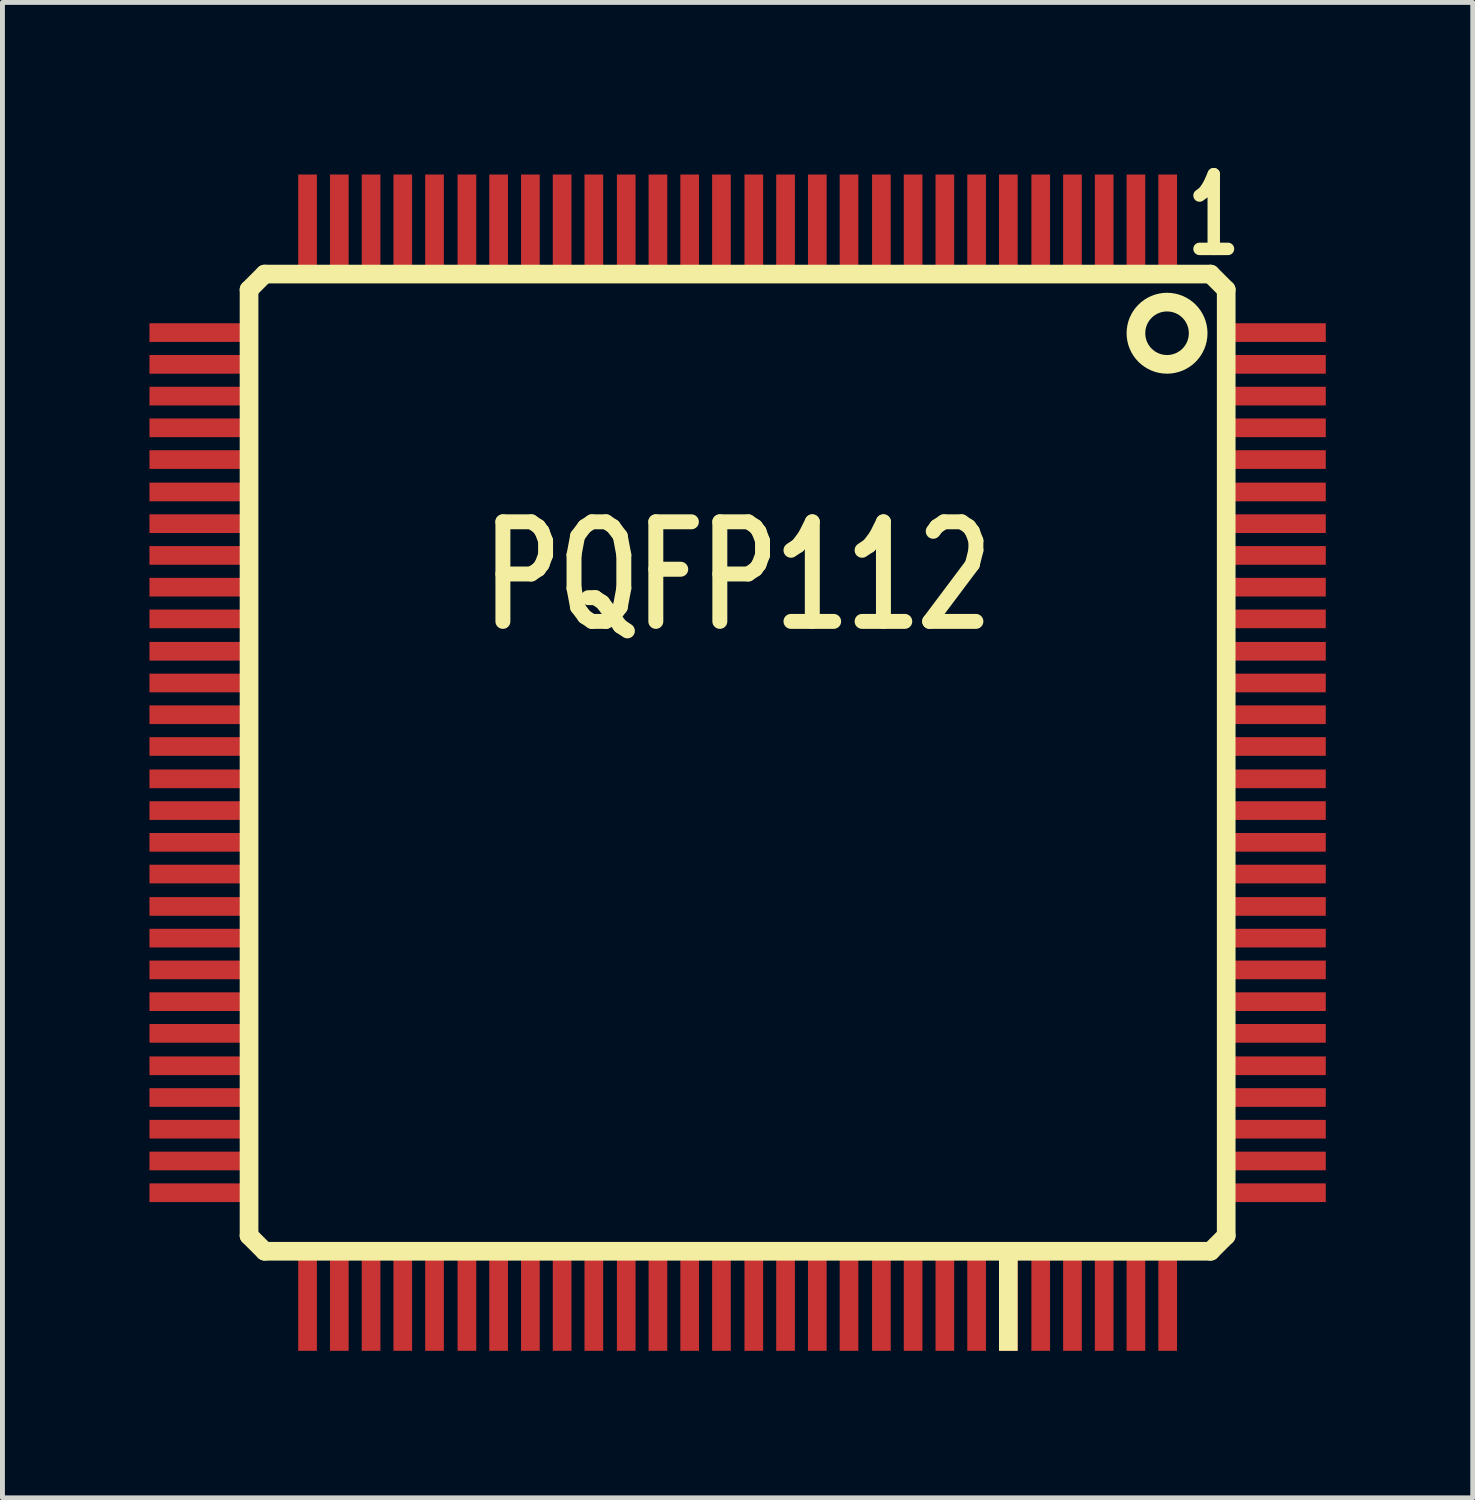
<source format=kicad_pcb>
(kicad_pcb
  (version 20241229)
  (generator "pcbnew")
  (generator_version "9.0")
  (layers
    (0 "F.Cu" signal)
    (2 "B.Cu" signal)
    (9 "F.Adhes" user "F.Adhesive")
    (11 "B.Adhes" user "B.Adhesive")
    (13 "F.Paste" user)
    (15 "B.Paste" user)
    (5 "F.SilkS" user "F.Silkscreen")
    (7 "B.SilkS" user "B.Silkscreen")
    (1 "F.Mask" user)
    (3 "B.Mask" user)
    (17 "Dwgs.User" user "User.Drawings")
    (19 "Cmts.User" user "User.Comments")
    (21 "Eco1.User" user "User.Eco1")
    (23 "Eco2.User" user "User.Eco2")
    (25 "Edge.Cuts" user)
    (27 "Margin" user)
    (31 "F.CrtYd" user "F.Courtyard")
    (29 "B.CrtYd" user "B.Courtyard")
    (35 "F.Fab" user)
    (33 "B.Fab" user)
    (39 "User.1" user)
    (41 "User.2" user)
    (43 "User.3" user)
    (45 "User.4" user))
  (footprint "PQFP112"
    (layer "F.Cu")
    (at 12.002 12.513)
    (property "Reference" "PQFP112" (at 0 -3.807 0) (layer "F.SilkS") (effects (font (size 2.032 1.524) (thickness 0.305))))
    (attr through_hole)
    (fp_line (start -9.97 -9.652) (end -9.97 9.652) (stroke (width 0.381) (type solid)) (layer "F.SilkS"))
    (fp_line (start -9.97 -9.652) (end -9.652 -9.97) (stroke (width 0.381) (type solid)) (layer "F.SilkS"))
    (fp_line (start -9.97 9.652) (end -9.652 9.97) (stroke (width 0.381) (type solid)) (layer "F.SilkS"))
    (fp_line (start -9.652 -9.97) (end 9.652 -9.97) (stroke (width 0.381) (type solid)) (layer "F.SilkS"))
    (fp_line (start 9.652 9.97) (end -9.652 9.97) (stroke (width 0.381) (type solid)) (layer "F.SilkS"))
    (fp_line (start 9.97 -9.652) (end 9.652 -9.97) (stroke (width 0.381) (type solid)) (layer "F.SilkS"))
    (fp_line (start 9.97 9.652) (end 9.652 9.97) (stroke (width 0.381) (type solid)) (layer "F.SilkS"))
    (fp_line (start 9.97 9.652) (end 9.97 -9.652) (stroke (width 0.381) (type solid)) (layer "F.SilkS"))
    (fp_circle (center 8.763 -8.763) (end 8.763 -8.128) (stroke (width 0.381) (type solid)) (fill no) (layer "F.SilkS"))
    (fp_text user "1" (at 9.716 -11.176 0) (layer "F.SilkS") (effects (font (size 1.524 1.016) (thickness 0.254))))
    (pad "1" smd rect (at 8.776 -10.986 90) (size 2.032 0.381) (layers "F.Cu" "F.Mask" "F.Paste"))
    (pad "2" smd rect (at 8.128 -10.986 90) (size 2.032 0.381) (layers "F.Cu" "F.Mask" "F.Paste"))
    (pad "3" smd rect (at 7.48 -10.986 90) (size 2.032 0.381) (layers "F.Cu" "F.Mask" "F.Paste"))
    (pad "4" smd rect (at 6.833 -10.986 90) (size 2.032 0.381) (layers "F.Cu" "F.Mask" "F.Paste"))
    (pad "5" smd rect (at 6.185 -10.986 90) (size 2.032 0.381) (layers "F.Cu" "F.Mask" "F.Paste"))
    (pad "6" smd rect (at 5.524 -10.986 90) (size 2.032 0.381) (layers "F.Cu" "F.Mask" "F.Paste"))
    (pad "7" smd rect (at 4.877 -10.986 90) (size 2.032 0.381) (layers "F.Cu" "F.Mask" "F.Paste"))
    (pad "8" smd rect (at 4.229 -10.986 90) (size 2.032 0.381) (layers "F.Cu" "F.Mask" "F.Paste"))
    (pad "9" smd rect (at 3.581 -10.986 90) (size 2.032 0.381) (layers "F.Cu" "F.Mask" "F.Paste"))
    (pad "10" smd rect (at 2.934 -10.986 90) (size 2.032 0.381) (layers "F.Cu" "F.Mask" "F.Paste"))
    (pad "11" smd rect (at 2.273 -10.986 90) (size 2.032 0.381) (layers "F.Cu" "F.Mask" "F.Paste"))
    (pad "12" smd rect (at 1.626 -10.986 90) (size 2.032 0.381) (layers "F.Cu" "F.Mask" "F.Paste"))
    (pad "13" smd rect (at 0.978 -10.986 90) (size 2.032 0.381) (layers "F.Cu" "F.Mask" "F.Paste"))
    (pad "14" smd rect (at 0.33 -10.986 90) (size 2.032 0.381) (layers "F.Cu" "F.Mask" "F.Paste"))
    (pad "15" smd rect (at -0.33 -10.986 90) (size 2.032 0.381) (layers "F.Cu" "F.Mask" "F.Paste"))
    (pad "16" smd rect (at -0.978 -10.986 90) (size 2.032 0.381) (layers "F.Cu" "F.Mask" "F.Paste"))
    (pad "17" smd rect (at -1.626 -10.986 90) (size 2.032 0.381) (layers "F.Cu" "F.Mask" "F.Paste"))
    (pad "18" smd rect (at -2.273 -10.986 90) (size 2.032 0.381) (layers "F.Cu" "F.Mask" "F.Paste"))
    (pad "19" smd rect (at -2.934 -10.986 90) (size 2.032 0.381) (layers "F.Cu" "F.Mask" "F.Paste"))
    (pad "20" smd rect (at -3.581 -10.986 90) (size 2.032 0.381) (layers "F.Cu" "F.Mask" "F.Paste"))
    (pad "21" smd rect (at -4.229 -10.986 90) (size 2.032 0.381) (layers "F.Cu" "F.Mask" "F.Paste"))
    (pad "22" smd rect (at -4.877 -10.986 90) (size 2.032 0.381) (layers "F.Cu" "F.Mask" "F.Paste"))
    (pad "23" smd rect (at -5.524 -10.986 90) (size 2.032 0.381) (layers "F.Cu" "F.Mask" "F.Paste"))
    (pad "24" smd rect (at -6.185 -10.986 90) (size 2.032 0.381) (layers "F.Cu" "F.Mask" "F.Paste"))
    (pad "25" smd rect (at -6.833 -10.986 90) (size 2.032 0.381) (layers "F.Cu" "F.Mask" "F.Paste"))
    (pad "26" smd rect (at -7.48 -10.986 90) (size 2.032 0.381) (layers "F.Cu" "F.Mask" "F.Paste"))
    (pad "27" smd rect (at -8.128 -10.986 90) (size 2.032 0.381) (layers "F.Cu" "F.Mask" "F.Paste"))
    (pad "28" smd rect (at -8.776 -10.986 90) (size 2.032 0.381) (layers "F.Cu" "F.Mask" "F.Paste"))
    (pad "29" smd rect (at -10.986 -8.776) (size 2.032 0.381) (layers "F.Cu" "F.Mask" "F.Paste"))
    (pad "30" smd rect (at -10.986 -8.128) (size 2.032 0.381) (layers "F.Cu" "F.Mask" "F.Paste"))
    (pad "31" smd rect (at -10.986 -7.48) (size 2.032 0.381) (layers "F.Cu" "F.Mask" "F.Paste"))
    (pad "32" smd rect (at -10.986 -6.833) (size 2.032 0.381) (layers "F.Cu" "F.Mask" "F.Paste"))
    (pad "33" smd rect (at -10.986 -6.185) (size 2.032 0.381) (layers "F.Cu" "F.Mask" "F.Paste"))
    (pad "34" smd rect (at -10.986 -5.524) (size 2.032 0.381) (layers "F.Cu" "F.Mask" "F.Paste"))
    (pad "35" smd rect (at -10.986 -4.877) (size 2.032 0.381) (layers "F.Cu" "F.Mask" "F.Paste"))
    (pad "36" smd rect (at -10.986 -4.229) (size 2.032 0.381) (layers "F.Cu" "F.Mask" "F.Paste"))
    (pad "37" smd rect (at -10.986 -3.581) (size 2.032 0.381) (layers "F.Cu" "F.Mask" "F.Paste"))
    (pad "38" smd rect (at -10.986 -2.934) (size 2.032 0.381) (layers "F.Cu" "F.Mask" "F.Paste"))
    (pad "39" smd rect (at -10.986 -2.273) (size 2.032 0.381) (layers "F.Cu" "F.Mask" "F.Paste"))
    (pad "40" smd rect (at -10.986 -1.626) (size 2.032 0.381) (layers "F.Cu" "F.Mask" "F.Paste"))
    (pad "41" smd rect (at -10.986 -0.978) (size 2.032 0.381) (layers "F.Cu" "F.Mask" "F.Paste"))
    (pad "42" smd rect (at -10.986 -0.33) (size 2.032 0.381) (layers "F.Cu" "F.Mask" "F.Paste"))
    (pad "43" smd rect (at -10.986 0.33) (size 2.032 0.381) (layers "F.Cu" "F.Mask" "F.Paste"))
    (pad "44" smd rect (at -10.986 0.978) (size 2.032 0.381) (layers "F.Cu" "F.Mask" "F.Paste"))
    (pad "45" smd rect (at -10.986 1.626) (size 2.032 0.381) (layers "F.Cu" "F.Mask" "F.Paste"))
    (pad "46" smd rect (at -10.986 2.273) (size 2.032 0.381) (layers "F.Cu" "F.Mask" "F.Paste"))
    (pad "47" smd rect (at -10.986 2.934) (size 2.032 0.381) (layers "F.Cu" "F.Mask" "F.Paste"))
    (pad "48" smd rect (at -10.986 3.581) (size 2.032 0.381) (layers "F.Cu" "F.Mask" "F.Paste"))
    (pad "49" smd rect (at -10.986 4.229) (size 2.032 0.381) (layers "F.Cu" "F.Mask" "F.Paste"))
    (pad "50" smd rect (at -10.986 4.877) (size 2.032 0.381) (layers "F.Cu" "F.Mask" "F.Paste"))
    (pad "51" smd rect (at -10.986 5.524) (size 2.032 0.381) (layers "F.Cu" "F.Mask" "F.Paste"))
    (pad "52" smd rect (at -10.986 6.185) (size 2.032 0.381) (layers "F.Cu" "F.Mask" "F.Paste"))
    (pad "53" smd rect (at -10.986 6.833) (size 2.032 0.381) (layers "F.Cu" "F.Mask" "F.Paste"))
    (pad "54" smd rect (at -10.986 7.48) (size 2.032 0.381) (layers "F.Cu" "F.Mask" "F.Paste"))
    (pad "55" smd rect (at -10.986 8.128) (size 2.032 0.381) (layers "F.Cu" "F.Mask" "F.Paste"))
    (pad "56" smd rect (at -10.986 8.776) (size 2.032 0.381) (layers "F.Cu" "F.Mask" "F.Paste"))
    (pad "57" smd rect (at -8.776 10.986 90) (size 2.032 0.381) (layers "F.Cu" "F.Mask" "F.Paste"))
    (pad "58" smd rect (at -8.128 10.986 90) (size 2.032 0.381) (layers "F.Cu" "F.Mask" "F.Paste"))
    (pad "59" smd rect (at -7.48 10.986 90) (size 2.032 0.381) (layers "F.Cu" "F.Mask" "F.Paste"))
    (pad "60" smd rect (at -6.833 10.986 90) (size 2.032 0.381) (layers "F.Cu" "F.Mask" "F.Paste"))
    (pad "61" smd rect (at -6.185 10.986 90) (size 2.032 0.381) (layers "F.Cu" "F.Mask" "F.Paste"))
    (pad "62" smd rect (at -5.524 10.986 90) (size 2.032 0.381) (layers "F.Cu" "F.Mask" "F.Paste"))
    (pad "63" smd rect (at -4.877 10.986 90) (size 2.032 0.381) (layers "F.Cu" "F.Mask" "F.Paste"))
    (pad "64" smd rect (at -4.229 10.986 90) (size 2.032 0.381) (layers "F.Cu" "F.Mask" "F.Paste"))
    (pad "65" smd rect (at -3.581 10.986 90) (size 2.032 0.381) (layers "F.Cu" "F.Mask" "F.Paste"))
    (pad "66" smd rect (at -2.934 10.986 90) (size 2.032 0.381) (layers "F.Cu" "F.Mask" "F.Paste"))
    (pad "67" smd rect (at -2.273 10.986 90) (size 2.032 0.381) (layers "F.Cu" "F.Mask" "F.Paste"))
    (pad "68" smd rect (at -1.626 10.986 90) (size 2.032 0.381) (layers "F.Cu" "F.Mask" "F.Paste"))
    (pad "69" smd rect (at -0.978 10.986 90) (size 2.032 0.381) (layers "F.Cu" "F.Mask" "F.Paste"))
    (pad "70" smd rect (at -0.33 10.986 90) (size 2.032 0.381) (layers "F.Cu" "F.Mask" "F.Paste"))
    (pad "71" smd rect (at 0.33 10.986 90) (size 2.032 0.381) (layers "F.Cu" "F.Mask" "F.Paste"))
    (pad "72" smd rect (at 0.978 10.986 90) (size 2.032 0.381) (layers "F.Cu" "F.Mask" "F.Paste"))
    (pad "73" smd rect (at 1.626 10.986 90) (size 2.032 0.381) (layers "F.Cu" "F.Mask" "F.Paste"))
    (pad "74" smd rect (at 2.273 10.986 90) (size 2.032 0.381) (layers "F.Cu" "F.Mask" "F.Paste"))
    (pad "75" smd rect (at 2.934 10.986 90) (size 2.032 0.381) (layers "F.Cu" "F.Mask" "F.Paste"))
    (pad "76" smd rect (at 3.581 10.986 90) (size 2.032 0.381) (layers "F.Cu" "F.Mask" "F.Paste"))
    (pad "77" smd rect (at 4.229 10.986 90) (size 2.032 0.381) (layers "F.Cu" "F.Mask" "F.Paste"))
    (pad "78" smd rect (at 4.877 10.986 90) (size 2.032 0.381) (layers "F.Cu" "F.Mask" "F.Paste"))
    (pad "79" smd rect (at 5.524 10.986 90) (size 2.032 0.381) (layers "F.Cu" "F.Mask" "F.SilkS" "F.Paste"))
    (pad "80" smd rect (at 6.185 10.986 90) (size 2.032 0.381) (layers "F.Cu" "F.Mask" "F.Paste"))
    (pad "81" smd rect (at 6.833 10.986 90) (size 2.032 0.381) (layers "F.Cu" "F.Mask" "F.Paste"))
    (pad "82" smd rect (at 7.48 10.986 90) (size 2.032 0.381) (layers "F.Cu" "F.Mask" "F.Paste"))
    (pad "83" smd rect (at 8.128 10.986 90) (size 2.032 0.381) (layers "F.Cu" "F.Mask" "F.Paste"))
    (pad "84" smd rect (at 8.776 10.986 90) (size 2.032 0.381) (layers "F.Cu" "F.Mask" "F.Paste"))
    (pad "85" smd rect (at 10.986 8.776) (size 2.032 0.381) (layers "F.Cu" "F.Mask" "F.Paste"))
    (pad "86" smd rect (at 10.986 8.128) (size 2.032 0.381) (layers "F.Cu" "F.Mask" "F.Paste"))
    (pad "87" smd rect (at 10.986 7.48) (size 2.032 0.381) (layers "F.Cu" "F.Mask" "F.Paste"))
    (pad "88" smd rect (at 10.986 6.833) (size 2.032 0.381) (layers "F.Cu" "F.Mask" "F.Paste"))
    (pad "89" smd rect (at 10.986 6.185) (size 2.032 0.381) (layers "F.Cu" "F.Mask" "F.Paste"))
    (pad "90" smd rect (at 10.986 5.524) (size 2.032 0.381) (layers "F.Cu" "F.Mask" "F.Paste"))
    (pad "91" smd rect (at 10.986 4.877) (size 2.032 0.381) (layers "F.Cu" "F.Mask" "F.Paste"))
    (pad "92" smd rect (at 10.986 4.229) (size 2.032 0.381) (layers "F.Cu" "F.Mask" "F.Paste"))
    (pad "93" smd rect (at 10.986 3.581) (size 2.032 0.381) (layers "F.Cu" "F.Mask" "F.Paste"))
    (pad "94" smd rect (at 10.986 2.934) (size 2.032 0.381) (layers "F.Cu" "F.Mask" "F.Paste"))
    (pad "95" smd rect (at 10.986 2.273) (size 2.032 0.381) (layers "F.Cu" "F.Mask" "F.Paste"))
    (pad "96" smd rect (at 10.986 1.626) (size 2.032 0.381) (layers "F.Cu" "F.Mask" "F.Paste"))
    (pad "97" smd rect (at 10.986 0.978) (size 2.032 0.381) (layers "F.Cu" "F.Mask" "F.Paste"))
    (pad "98" smd rect (at 10.986 0.33) (size 2.032 0.381) (layers "F.Cu" "F.Mask" "F.Paste"))
    (pad "99" smd rect (at 10.986 -0.33) (size 2.032 0.381) (layers "F.Cu" "F.Mask" "F.Paste"))
    (pad "100" smd rect (at 10.986 -0.978) (size 2.032 0.381) (layers "F.Cu" "F.Mask" "F.Paste"))
    (pad "101" smd rect (at 10.986 -1.626) (size 2.032 0.381) (layers "F.Cu" "F.Mask" "F.Paste"))
    (pad "102" smd rect (at 10.986 -2.273) (size 2.032 0.381) (layers "F.Cu" "F.Mask" "F.Paste"))
    (pad "103" smd rect (at 10.986 -2.934) (size 2.032 0.381) (layers "F.Cu" "F.Mask" "F.Paste"))
    (pad "104" smd rect (at 10.986 -3.581) (size 2.032 0.381) (layers "F.Cu" "F.Mask" "F.Paste"))
    (pad "105" smd rect (at 10.986 -4.229) (size 2.032 0.381) (layers "F.Cu" "F.Mask" "F.Paste"))
    (pad "106" smd rect (at 10.986 -4.877) (size 2.032 0.381) (layers "F.Cu" "F.Mask" "F.Paste"))
    (pad "107" smd rect (at 10.986 -5.524) (size 2.032 0.381) (layers "F.Cu" "F.Mask" "F.Paste"))
    (pad "108" smd rect (at 10.986 -6.185) (size 2.032 0.381) (layers "F.Cu" "F.Mask" "F.Paste"))
    (pad "109" smd rect (at 10.986 -6.833) (size 2.032 0.381) (layers "F.Cu" "F.Mask" "F.Paste"))
    (pad "110" smd rect (at 10.986 -7.48) (size 2.032 0.381) (layers "F.Cu" "F.Mask" "F.Paste"))
    (pad "111" smd rect (at 10.986 -8.128) (size 2.032 0.381) (layers "F.Cu" "F.Mask" "F.Paste"))
    (pad "112" smd rect (at 10.986 -8.776) (size 2.032 0.381) (layers "F.Cu" "F.Mask" "F.Paste")))
  (gr_rect
    (start -3 -3)
    (end 27.003 27.515)
    (stroke (width 0.1) (type default))
    (fill no)
    (layer "Edge.Cuts")))
</source>
